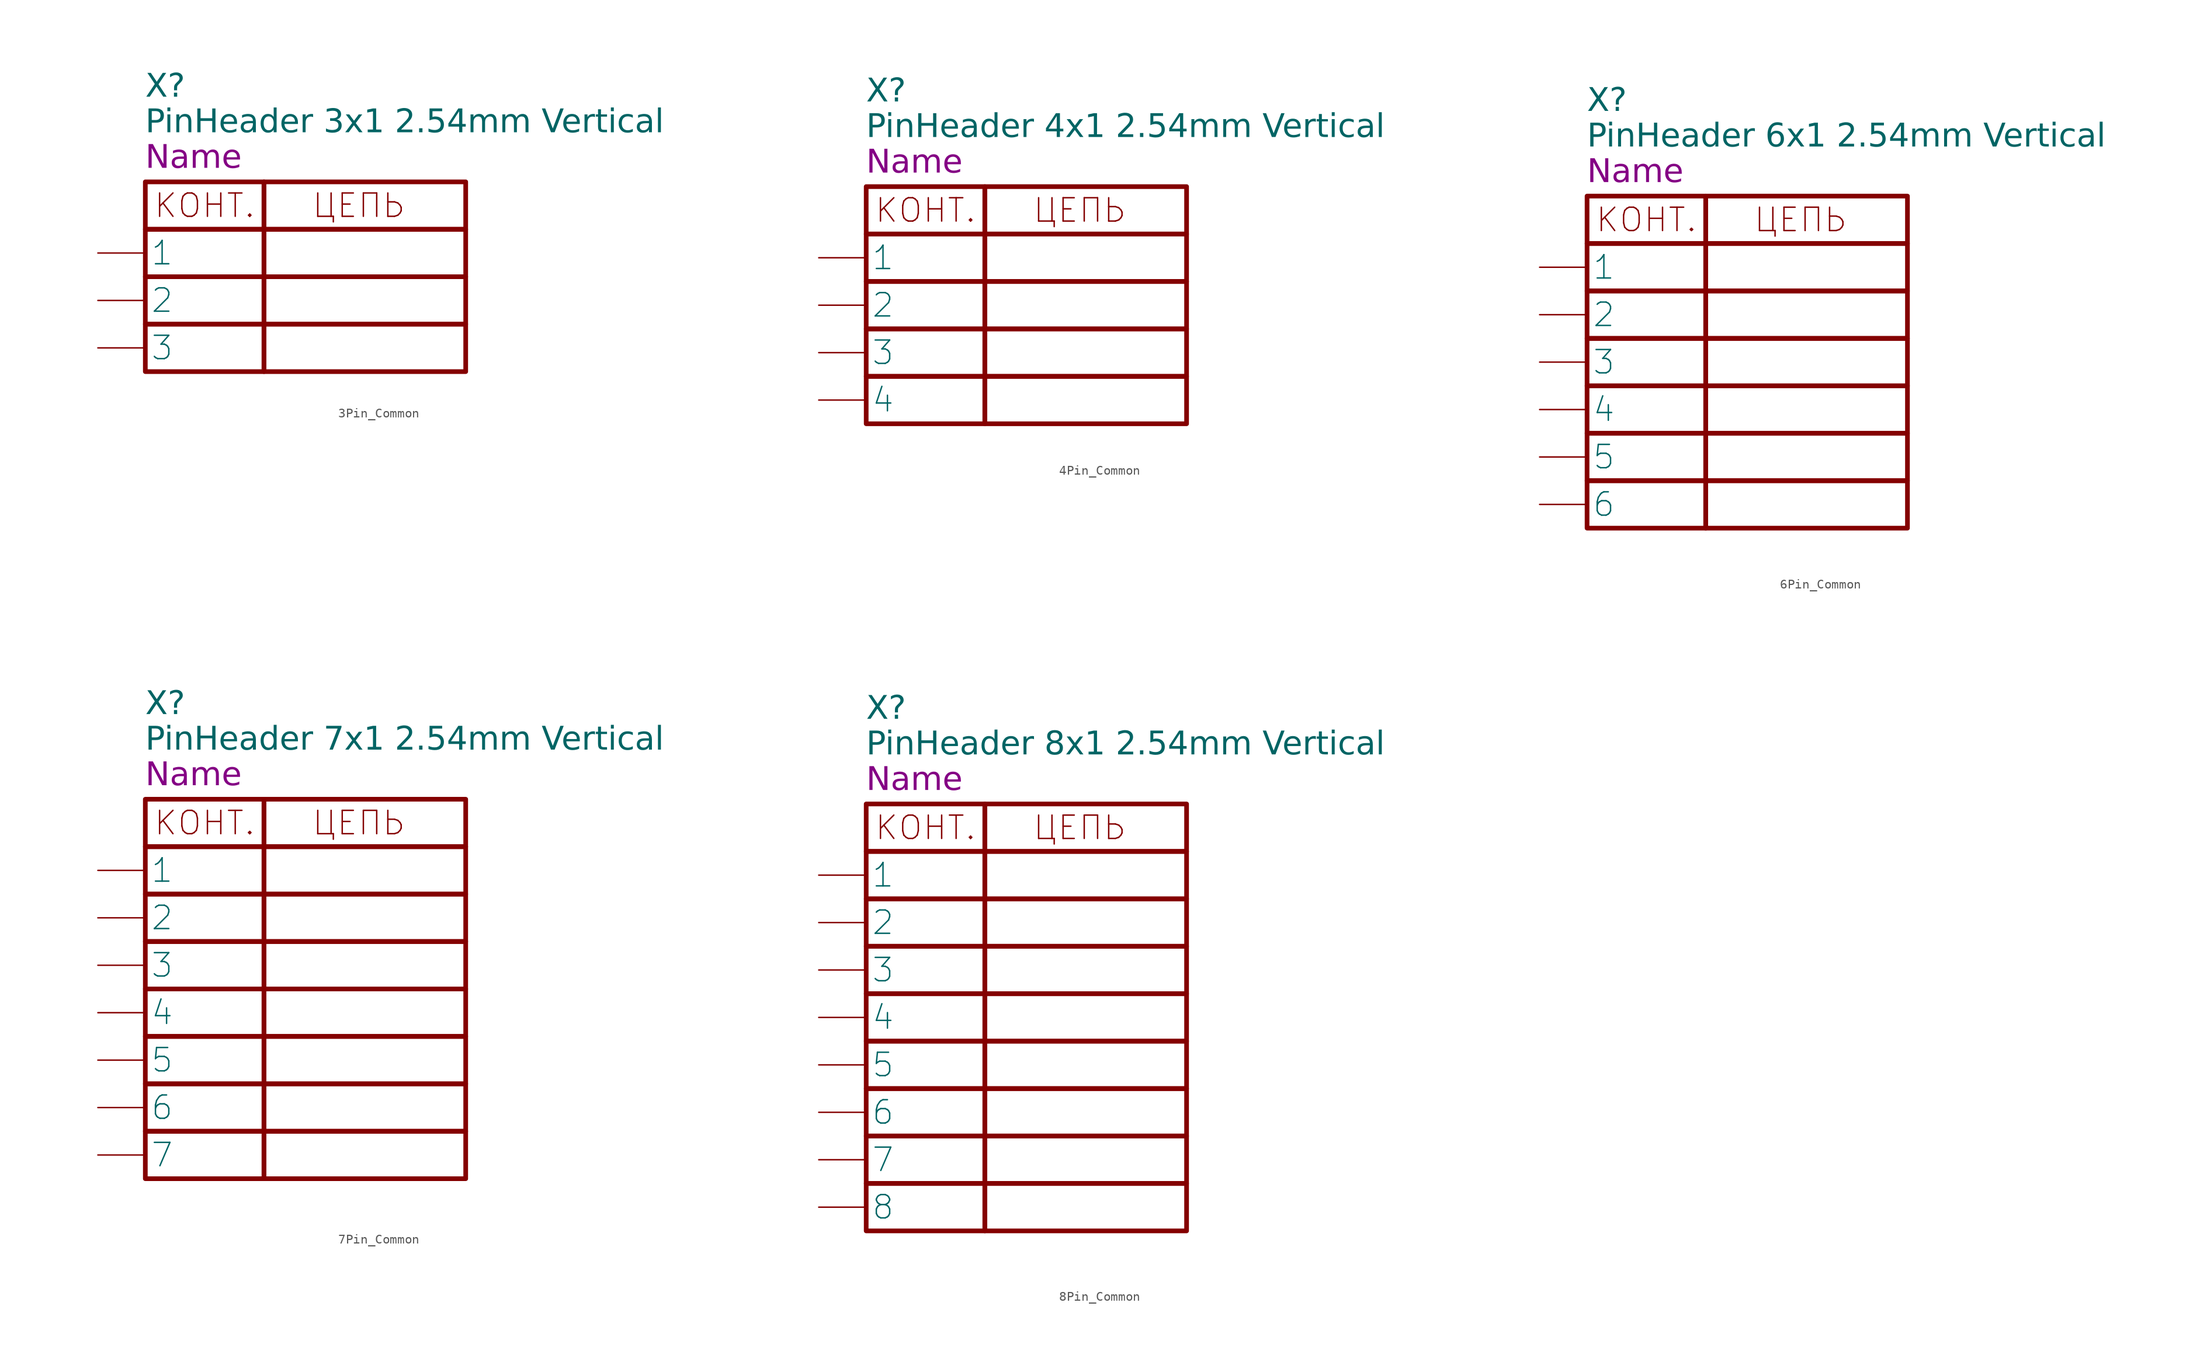
<source format=kicad_sym>
(kicad_symbol_lib
  (version 20241209)
  (generator "kicad_symbol_editor")
  (generator_version "9.0")
  (symbol "3Pin_Common"
    (pin_numbers
      (hide yes))
    (property "Reference" "X"
      (at -12.7 10.16 0)
      (effects (font (face "GOST type A") (size 2.5 2.5) (italic yes)) (justify left)))
    (property "Value" "PinHeader 3x1 2.54mm Vertical"
      (at -12.7 6.35 0)
      (effects (font (face "GOST type A") (size 2.5 2.5) (italic yes)) (justify left)))
    (property "Name" "Name"
      (at -12.7 2.54 0)
      (effects (font (face "GOST type A") (size 2.5 2.5) (italic yes)) (justify left)))
    (symbol "3Pin_Common_0_1"
      (rectangle (start -12.7 0) (end 0 -5.08) (stroke (width 0.5) (type default)) (fill (type none)))
      (rectangle (start -12.7 -5.08) (end 0 -10.16) (stroke (width 0.5) (type default)) (fill (type none)))
      (rectangle (start -12.7 -10.16) (end 0 -15.24) (stroke (width 0.5) (type default)) (fill (type none)))
      (rectangle (start -12.7 -15.24) (end 0 -20.32) (stroke (width 0.5) (type default)) (fill (type none)))
      (rectangle (start 0 0) (end 21.59 -5.08) (stroke (width 0.5) (type default)) (fill (type none)))
      (text "КОНТ." (at -6.35 -2.54 0) (effects (font (size 2.5 2.5))))
      (text "ЦЕПЬ" (at 10.16 -2.54 0) (effects (font (size 2.5 2.5)))))
    (symbol "3Pin_Common_1_1"
      (rectangle (start 0 -10.16) (end 21.59 -5.08) (stroke (width 0.5) (type default)) (fill (type none)))
      (rectangle (start 0 -15.24) (end 21.59 -10.16) (stroke (width 0.5) (type default)) (fill (type none)))
      (rectangle (start 0 -15.24) (end 21.59 -20.32) (stroke (width 0.5) (type default)) (fill (type none)))
      (pin passive line (at -17.78 -7.62 0) (length 5.08) (name "1" (effects (font (size 2.5 2.5)))) (number "1" (effects (font (size 2.5 2.5)))))
      (pin passive line (at -17.78 -12.7 0) (length 5.08) (name "2" (effects (font (size 2.5 2.5)))) (number "2" (effects (font (size 2.5 2.5)))))
      (pin passive line (at -17.78 -17.78 0) (length 5.08) (name "3" (effects (font (size 2.5 2.5)))) (number "3" (effects (font (size 2.5 2.5)))))))
  (symbol "4Pin_Common"
    (pin_numbers
      (hide yes))
    (property "Reference" "X"
      (at -12.7 10.16 0)
      (effects (font (face "GOST type A") (size 2.5 2.5) (italic yes)) (justify left)))
    (property "Value" "PinHeader 4x1 2.54mm Vertical"
      (at -12.7 6.35 0)
      (effects (font (face "GOST type A") (size 2.5 2.5) (italic yes)) (justify left)))
    (property "Name" "Name"
      (at -12.7 2.54 0)
      (effects (font (face "GOST type A") (size 2.5 2.5) (italic yes)) (justify left)))
    (symbol "4Pin_Common_0_1"
      (rectangle (start -12.7 0) (end 0 -5.08) (stroke (width 0.5) (type default)) (fill (type none)))
      (rectangle (start -12.7 -5.08) (end 0 -10.16) (stroke (width 0.5) (type default)) (fill (type none)))
      (rectangle (start -12.7 -10.16) (end 0 -15.24) (stroke (width 0.5) (type default)) (fill (type none)))
      (rectangle (start -12.7 -15.24) (end 0 -20.32) (stroke (width 0.5) (type default)) (fill (type none)))
      (rectangle (start -12.7 -20.32) (end 0 -25.4) (stroke (width 0.5) (type default)) (fill (type none)))
      (rectangle (start 0 0) (end 21.59 -5.08) (stroke (width 0.5) (type default)) (fill (type none)))
      (text "КОНТ." (at -6.35 -2.54 0) (effects (font (size 2.5 2.5))))
      (text "ЦЕПЬ" (at 10.16 -2.54 0) (effects (font (size 2.5 2.5)))))
    (symbol "4Pin_Common_1_1"
      (rectangle (start 0 -10.16) (end 21.59 -5.08) (stroke (width 0.5) (type default)) (fill (type none)))
      (rectangle (start 0 -15.24) (end 21.59 -10.16) (stroke (width 0.5) (type default)) (fill (type none)))
      (rectangle (start 0 -15.24) (end 21.59 -20.32) (stroke (width 0.5) (type default)) (fill (type none)))
      (rectangle (start 0 -20.32) (end 21.59 -25.4) (stroke (width 0.5) (type default)) (fill (type none)))
      (pin passive line (at -17.78 -7.62 0) (length 5.08) (name "1" (effects (font (size 2.5 2.5)))) (number "1" (effects (font (size 2.5 2.5)))))
      (pin passive line (at -17.78 -12.7 0) (length 5.08) (name "2" (effects (font (size 2.5 2.5)))) (number "2" (effects (font (size 2.5 2.5)))))
      (pin passive line (at -17.78 -17.78 0) (length 5.08) (name "3" (effects (font (size 2.5 2.5)))) (number "3" (effects (font (size 2.5 2.5)))))
      (pin passive line (at -17.78 -22.86 0) (length 5.08) (name "4" (effects (font (size 2.5 2.5)))) (number "4" (effects (font (size 2.5 2.5)))))))
  (symbol "6Pin_Common"
    (pin_numbers
      (hide yes))
    (property "Reference" "X"
      (at -12.7 10.16 0)
      (effects (font (face "GOST type A") (size 2.5 2.5) (italic yes)) (justify left)))
    (property "Value" "PinHeader 6x1 2.54mm Vertical"
      (at -12.7 6.35 0)
      (effects (font (face "GOST type A") (size 2.5 2.5) (italic yes)) (justify left)))
    (property "Name" "Name"
      (at -12.7 2.54 0)
      (effects (font (face "GOST type A") (size 2.5 2.5) (italic yes)) (justify left)))
    (symbol "6Pin_Common_0_1"
      (rectangle (start -12.7 0) (end 0 -5.08) (stroke (width 0.5) (type default)) (fill (type none)))
      (rectangle (start -12.7 -5.08) (end 0 -10.16) (stroke (width 0.5) (type default)) (fill (type none)))
      (rectangle (start -12.7 -10.16) (end 0 -15.24) (stroke (width 0.5) (type default)) (fill (type none)))
      (rectangle (start -12.7 -15.24) (end 0 -20.32) (stroke (width 0.5) (type default)) (fill (type none)))
      (rectangle (start -12.7 -20.32) (end 0 -25.4) (stroke (width 0.5) (type default)) (fill (type none)))
      (rectangle (start -12.7 -25.4) (end 0 -30.48) (stroke (width 0.5) (type default)) (fill (type none)))
      (rectangle (start -12.7 -30.48) (end 0 -35.56) (stroke (width 0.5) (type default)) (fill (type none)))
      (rectangle (start 0 0) (end 21.59 -5.08) (stroke (width 0.5) (type default)) (fill (type none)))
      (text "КОНТ." (at -6.35 -2.54 0) (effects (font (size 2.5 2.5))))
      (text "ЦЕПЬ" (at 10.16 -2.54 0) (effects (font (size 2.5 2.5)))))
    (symbol "6Pin_Common_1_1"
      (rectangle (start 0 -10.16) (end 21.59 -5.08) (stroke (width 0.5) (type default)) (fill (type none)))
      (rectangle (start 0 -15.24) (end 21.59 -10.16) (stroke (width 0.5) (type default)) (fill (type none)))
      (rectangle (start 0 -15.24) (end 21.59 -20.32) (stroke (width 0.5) (type default)) (fill (type none)))
      (rectangle (start 0 -25.4) (end 21.59 -20.32) (stroke (width 0.5) (type default)) (fill (type none)))
      (rectangle (start 0 -30.48) (end 21.59 -25.4) (stroke (width 0.5) (type default)) (fill (type none)))
      (rectangle (start 0 -35.56) (end 21.59 -30.48) (stroke (width 0.5) (type default)) (fill (type none)))
      (pin passive line (at -17.78 -7.62 0) (length 5.08) (name "1" (effects (font (size 2.5 2.5)))) (number "1" (effects (font (size 2.5 2.5)))))
      (pin passive line (at -17.78 -12.7 0) (length 5.08) (name "2" (effects (font (size 2.5 2.5)))) (number "2" (effects (font (size 2.5 2.5)))))
      (pin passive line (at -17.78 -17.78 0) (length 5.08) (name "3" (effects (font (size 2.5 2.5)))) (number "3" (effects (font (size 2.5 2.5)))))
      (pin passive line (at -17.78 -22.86 0) (length 5.08) (name "4" (effects (font (size 2.5 2.5)))) (number "4" (effects (font (size 2.5 2.5)))))
      (pin passive line (at -17.78 -27.94 0) (length 5.08) (name "5" (effects (font (size 2.5 2.5)))) (number "5" (effects (font (size 2.5 2.5)))))
      (pin passive line (at -17.78 -33.02 0) (length 5.08) (name "6" (effects (font (size 2.5 2.5)))) (number "6" (effects (font (size 2.5 2.5)))))))
  (symbol "7Pin_Common"
    (pin_numbers
      (hide yes))
    (property "Reference" "X"
      (at -12.7 10.16 0)
      (effects (font (face "GOST type A") (size 2.5 2.5) (italic yes)) (justify left)))
    (property "Value" "PinHeader 7x1 2.54mm Vertical"
      (at -12.7 6.35 0)
      (effects (font (face "GOST type A") (size 2.5 2.5) (italic yes)) (justify left)))
    (property "Name" "Name"
      (at -12.7 2.54 0)
      (effects (font (face "GOST type A") (size 2.5 2.5) (italic yes)) (justify left)))
    (symbol "7Pin_Common_0_1"
      (rectangle (start -12.7 0) (end 0 -5.08) (stroke (width 0.5) (type default)) (fill (type none)))
      (rectangle (start -12.7 -5.08) (end 0 -10.16) (stroke (width 0.5) (type default)) (fill (type none)))
      (rectangle (start -12.7 -10.16) (end 0 -15.24) (stroke (width 0.5) (type default)) (fill (type none)))
      (rectangle (start -12.7 -15.24) (end 0 -20.32) (stroke (width 0.5) (type default)) (fill (type none)))
      (rectangle (start -12.7 -20.32) (end 0 -25.4) (stroke (width 0.5) (type default)) (fill (type none)))
      (rectangle (start -12.7 -25.4) (end 0 -30.48) (stroke (width 0.5) (type default)) (fill (type none)))
      (rectangle (start -12.7 -30.48) (end 0 -35.56) (stroke (width 0.5) (type default)) (fill (type none)))
      (rectangle (start -12.7 -35.56) (end 0 -40.64) (stroke (width 0.5) (type default)) (fill (type none)))
      (rectangle (start 0 0) (end 21.59 -5.08) (stroke (width 0.5) (type default)) (fill (type none)))
      (text "КОНТ." (at -6.35 -2.54 0) (effects (font (size 2.5 2.5))))
      (text "ЦЕПЬ" (at 10.16 -2.54 0) (effects (font (size 2.5 2.5)))))
    (symbol "7Pin_Common_1_1"
      (rectangle (start 0 -10.16) (end 21.59 -5.08) (stroke (width 0.5) (type default)) (fill (type none)))
      (rectangle (start 0 -15.24) (end 21.59 -10.16) (stroke (width 0.5) (type default)) (fill (type none)))
      (rectangle (start 0 -15.24) (end 21.59 -20.32) (stroke (width 0.5) (type default)) (fill (type none)))
      (rectangle (start 0 -25.4) (end 21.59 -20.32) (stroke (width 0.5) (type default)) (fill (type none)))
      (rectangle (start 0 -30.48) (end 21.59 -25.4) (stroke (width 0.5) (type default)) (fill (type none)))
      (rectangle (start 0 -35.56) (end 21.59 -30.48) (stroke (width 0.5) (type default)) (fill (type none)))
      (rectangle (start 0 -40.64) (end 21.59 -35.56) (stroke (width 0.5) (type default)) (fill (type none)))
      (pin passive line (at -17.78 -7.62 0) (length 5.08) (name "1" (effects (font (size 2.5 2.5)))) (number "1" (effects (font (size 2.5 2.5)))))
      (pin passive line (at -17.78 -12.7 0) (length 5.08) (name "2" (effects (font (size 2.5 2.5)))) (number "2" (effects (font (size 2.5 2.5)))))
      (pin passive line (at -17.78 -17.78 0) (length 5.08) (name "3" (effects (font (size 2.5 2.5)))) (number "3" (effects (font (size 2.5 2.5)))))
      (pin passive line (at -17.78 -22.86 0) (length 5.08) (name "4" (effects (font (size 2.5 2.5)))) (number "4" (effects (font (size 2.5 2.5)))))
      (pin passive line (at -17.78 -27.94 0) (length 5.08) (name "5" (effects (font (size 2.5 2.5)))) (number "5" (effects (font (size 2.5 2.5)))))
      (pin passive line (at -17.78 -33.02 0) (length 5.08) (name "6" (effects (font (size 2.5 2.5)))) (number "6" (effects (font (size 2.5 2.5)))))
      (pin passive line (at -17.78 -38.1 0) (length 5.08) (name "7" (effects (font (size 2.5 2.5)))) (number "7" (effects (font (size 2.5 2.5)))))))
  (symbol "8Pin_Common"
    (pin_numbers
      (hide yes))
    (property "Reference" "X"
      (at -12.7 10.16 0)
      (effects (font (face "GOST type A") (size 2.5 2.5) (italic yes)) (justify left)))
    (property "Value" "PinHeader 8x1 2.54mm Vertical"
      (at -12.7 6.35 0)
      (effects (font (face "GOST type A") (size 2.5 2.5) (italic yes)) (justify left)))
    (property "Name" "Name"
      (at -12.7 2.54 0)
      (effects (font (face "GOST type A") (size 2.5 2.5) (italic yes)) (justify left)))
    (symbol "8Pin_Common_0_1"
      (rectangle (start -12.7 0) (end 0 -5.08) (stroke (width 0.5) (type default)) (fill (type none)))
      (rectangle (start -12.7 -5.08) (end 0 -10.16) (stroke (width 0.5) (type default)) (fill (type none)))
      (rectangle (start -12.7 -10.16) (end 0 -15.24) (stroke (width 0.5) (type default)) (fill (type none)))
      (rectangle (start -12.7 -15.24) (end 0 -20.32) (stroke (width 0.5) (type default)) (fill (type none)))
      (rectangle (start -12.7 -20.32) (end 0 -25.4) (stroke (width 0.5) (type default)) (fill (type none)))
      (rectangle (start -12.7 -25.4) (end 0 -30.48) (stroke (width 0.5) (type default)) (fill (type none)))
      (rectangle (start -12.7 -30.48) (end 0 -35.56) (stroke (width 0.5) (type default)) (fill (type none)))
      (rectangle (start -12.7 -35.56) (end 0 -40.64) (stroke (width 0.5) (type default)) (fill (type none)))
      (rectangle (start -12.7 -40.64) (end 0 -45.72) (stroke (width 0.5) (type default)) (fill (type none)))
      (rectangle (start 0 0) (end 21.59 -5.08) (stroke (width 0.5) (type default)) (fill (type none)))
      (text "КОНТ." (at -6.35 -2.54 0) (effects (font (size 2.5 2.5))))
      (text "ЦЕПЬ" (at 10.16 -2.54 0) (effects (font (size 2.5 2.5)))))
    (symbol "8Pin_Common_1_1"
      (rectangle (start 0 -10.16) (end 21.59 -5.08) (stroke (width 0.5) (type default)) (fill (type none)))
      (rectangle (start 0 -15.24) (end 21.59 -10.16) (stroke (width 0.5) (type default)) (fill (type none)))
      (rectangle (start 0 -15.24) (end 21.59 -20.32) (stroke (width 0.5) (type default)) (fill (type none)))
      (rectangle (start 0 -25.4) (end 21.59 -20.32) (stroke (width 0.5) (type default)) (fill (type none)))
      (rectangle (start 0 -30.48) (end 21.59 -25.4) (stroke (width 0.5) (type default)) (fill (type none)))
      (rectangle (start 0 -35.56) (end 21.59 -30.48) (stroke (width 0.5) (type default)) (fill (type none)))
      (rectangle (start 0 -40.64) (end 21.59 -35.56) (stroke (width 0.5) (type default)) (fill (type none)))
      (rectangle (start 0 -45.72) (end 21.59 -40.64) (stroke (width 0.5) (type default)) (fill (type none)))
      (pin passive line (at -17.78 -7.62 0) (length 5.08) (name "1" (effects (font (size 2.5 2.5)))) (number "1" (effects (font (size 2.5 2.5)))))
      (pin passive line (at -17.78 -12.7 0) (length 5.08) (name "2" (effects (font (size 2.5 2.5)))) (number "2" (effects (font (size 2.5 2.5)))))
      (pin passive line (at -17.78 -17.78 0) (length 5.08) (name "3" (effects (font (size 2.5 2.5)))) (number "3" (effects (font (size 2.5 2.5)))))
      (pin passive line (at -17.78 -22.86 0) (length 5.08) (name "4" (effects (font (size 2.5 2.5)))) (number "4" (effects (font (size 2.5 2.5)))))
      (pin passive line (at -17.78 -27.94 0) (length 5.08) (name "5" (effects (font (size 2.5 2.5)))) (number "5" (effects (font (size 2.5 2.5)))))
      (pin passive line (at -17.78 -33.02 0) (length 5.08) (name "6" (effects (font (size 2.5 2.5)))) (number "6" (effects (font (size 2.5 2.5)))))
      (pin passive line (at -17.78 -38.1 0) (length 5.08) (name "7" (effects (font (size 2.5 2.5)))) (number "7" (effects (font (size 2.5 2.5)))))
      (pin passive line (at -17.78 -43.18 0) (length 5.08) (name "8" (effects (font (size 2.5 2.5)))) (number "8" (effects (font (size 2.5 2.5))))))))
</source>
